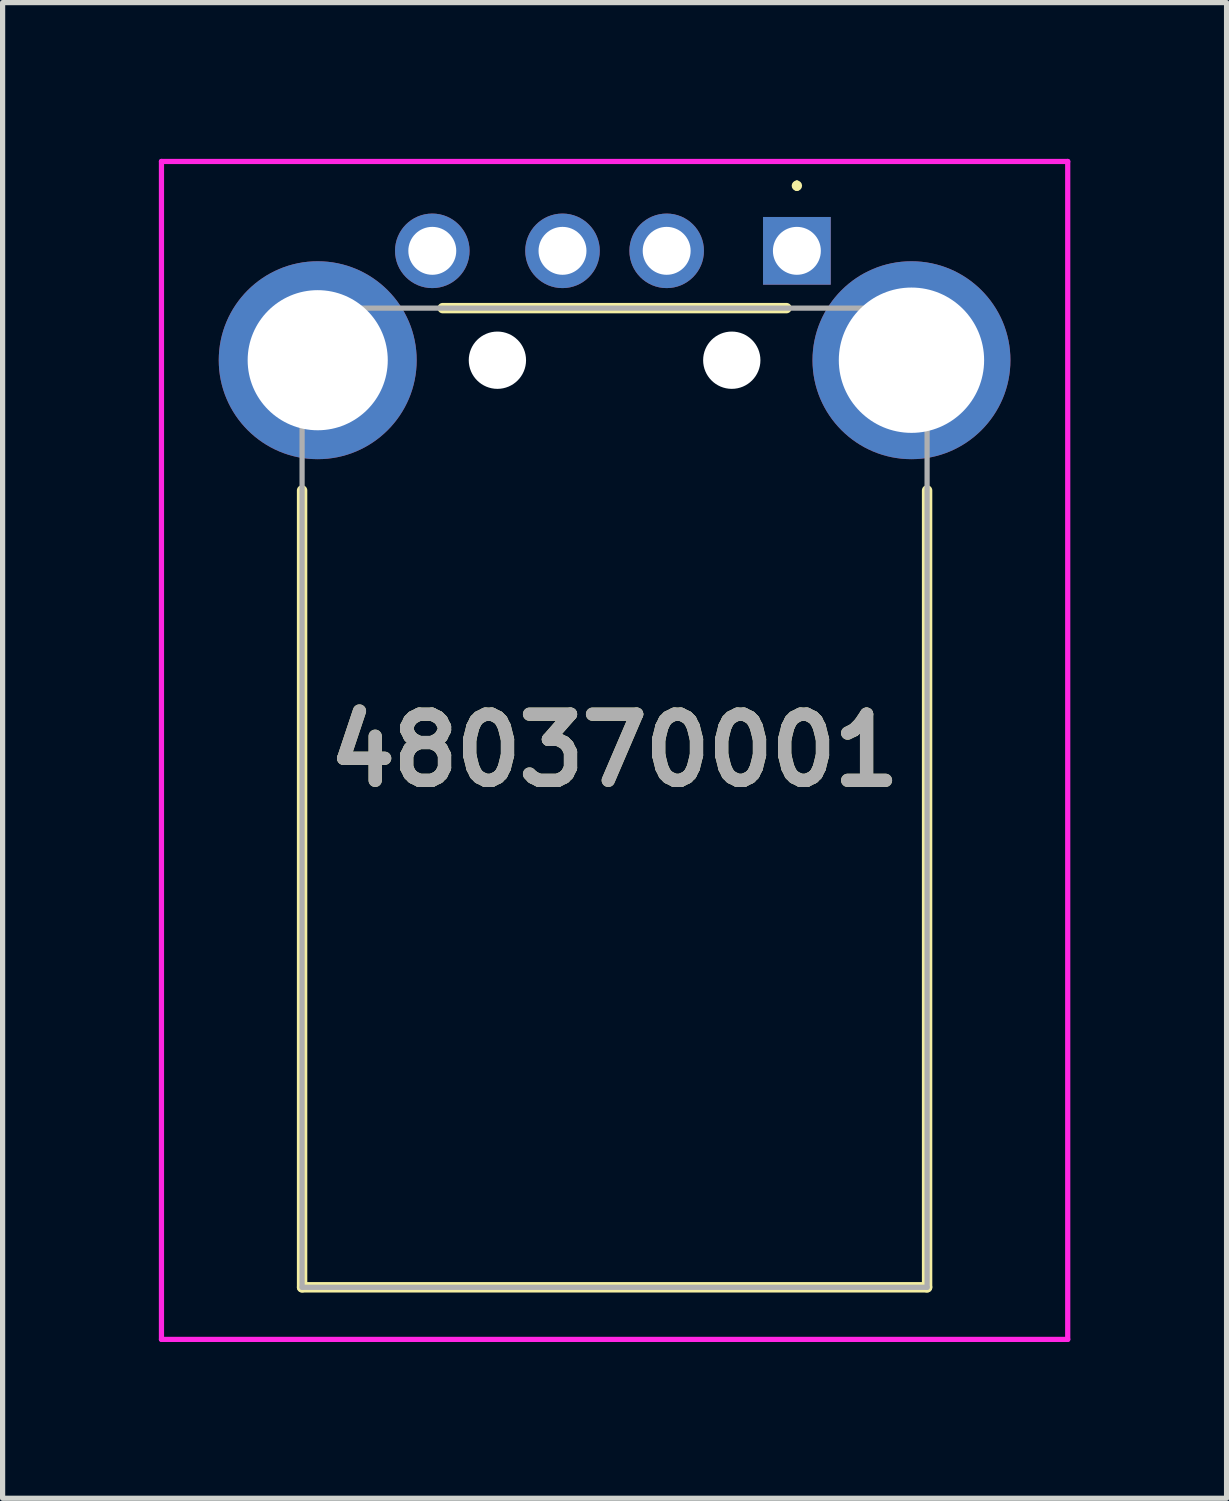
<source format=kicad_pcb>
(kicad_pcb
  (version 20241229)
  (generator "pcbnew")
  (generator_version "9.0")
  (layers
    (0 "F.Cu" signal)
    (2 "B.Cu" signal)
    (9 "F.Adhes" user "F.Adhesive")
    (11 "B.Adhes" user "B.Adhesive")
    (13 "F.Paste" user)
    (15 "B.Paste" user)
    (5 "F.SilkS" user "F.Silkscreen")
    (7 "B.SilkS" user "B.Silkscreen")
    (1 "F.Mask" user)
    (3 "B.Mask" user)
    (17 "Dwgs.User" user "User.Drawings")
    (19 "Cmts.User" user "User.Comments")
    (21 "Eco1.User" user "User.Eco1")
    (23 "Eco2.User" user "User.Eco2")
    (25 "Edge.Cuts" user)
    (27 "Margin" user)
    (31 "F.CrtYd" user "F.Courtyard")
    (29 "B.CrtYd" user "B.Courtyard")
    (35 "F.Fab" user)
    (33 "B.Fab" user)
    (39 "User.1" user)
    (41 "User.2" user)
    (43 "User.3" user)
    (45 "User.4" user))
  (footprint "480370001"
    (layer "F.Cu")
    (at 12.25 1.766)
    (property "Reference" "480370001" (at -3.5 9.592 0) (layer "F.SilkS") (effects (font (size 1.27 1.27) (thickness 0.254))))
    (attr through_hole)
    (fp_line (start -9.5 4.6) (end -9.5 19.9) (stroke (width 0.2) (type solid)) (layer "F.SilkS"))
    (fp_line (start -9.5 19.9) (end 2.5 19.9) (stroke (width 0.2) (type solid)) (layer "F.SilkS"))
    (fp_line (start -6.8 1.1) (end -0.2 1.1) (stroke (width 0.2) (type solid)) (layer "F.SilkS"))
    (fp_line (start 0 -1.3) (end 0 -1.3) (stroke (width 0.1) (type solid)) (layer "F.SilkS"))
    (fp_line (start 0 -1.2) (end 0 -1.2) (stroke (width 0.1) (type solid)) (layer "F.SilkS"))
    (fp_line (start 2.5 19.9) (end 2.5 4.6) (stroke (width 0.2) (type solid)) (layer "F.SilkS"))
    (fp_arc (start 0 -1.3) (mid 0.05 -1.25) (end 0 -1.2) (stroke (width 0.1) (type solid)) (layer "F.SilkS"))
    (fp_arc (start 0 -1.2) (mid -0.05 -1.25) (end 0 -1.3) (stroke (width 0.1) (type solid)) (layer "F.SilkS"))
    (fp_line (start -12.2 -1.716) (end 5.2 -1.716) (stroke (width 0.1) (type solid)) (layer "F.CrtYd"))
    (fp_line (start -12.2 20.9) (end -12.2 -1.716) (stroke (width 0.1) (type solid)) (layer "F.CrtYd"))
    (fp_line (start 5.2 -1.716) (end 5.2 20.9) (stroke (width 0.1) (type solid)) (layer "F.CrtYd"))
    (fp_line (start 5.2 20.9) (end -12.2 20.9) (stroke (width 0.1) (type solid)) (layer "F.CrtYd"))
    (fp_line (start -9.5 1.1) (end -9.5 19.9) (stroke (width 0.1) (type solid)) (layer "F.Fab"))
    (fp_line (start -9.5 19.9) (end 2.5 19.9) (stroke (width 0.1) (type solid)) (layer "F.Fab"))
    (fp_line (start 2.5 1.1) (end -9.5 1.1) (stroke (width 0.1) (type solid)) (layer "F.Fab"))
    (fp_line (start 2.5 19.9) (end 2.5 1.1) (stroke (width 0.1) (type solid)) (layer "F.Fab"))
    (fp_text user "${REFERENCE}" (at -3.5 9.592 0) (layer "F.Fab") (effects (font (size 1.27 1.27) (thickness 0.254))))
    (pad "" np_thru_hole circle (at -5.75 2.1) (size 1.1 1.1) (drill 1.1) (layers "*.Cu" "*.Mask"))
    (pad "" np_thru_hole circle (at -1.25 2.1) (size 1.1 1.1) (drill 1.1) (layers "*.Cu" "*.Mask"))
    (pad "1" thru_hole rect (at 0 0) (size 1.3 1.3) (drill 0.92) (layers "*.Cu" "*.Mask"))
    (pad "2" thru_hole circle (at -2.5 0) (size 1.431 1.431) (drill 0.92) (layers "*.Cu" "*.Mask"))
    (pad "3" thru_hole circle (at -4.5 0) (size 1.431 1.431) (drill 0.92) (layers "*.Cu" "*.Mask"))
    (pad "4" thru_hole circle (at -7 0) (size 1.431 1.431) (drill 0.92) (layers "*.Cu" "*.Mask"))
    (pad "MH1" thru_hole circle (at 2.2 2.1) (size 3.8 3.8) (drill 2.79) (layers "*.Cu" "*.Mask"))
    (pad "MH2" thru_hole circle (at -9.2 2.1) (size 3.8 3.8) (drill 2.69) (layers "*.Cu" "*.Mask")))
  (gr_rect
    (start -3 -3)
    (end 20.5 25.716)
    (stroke (width 0.1) (type default))
    (fill no)
    (layer "Edge.Cuts")))
</source>
